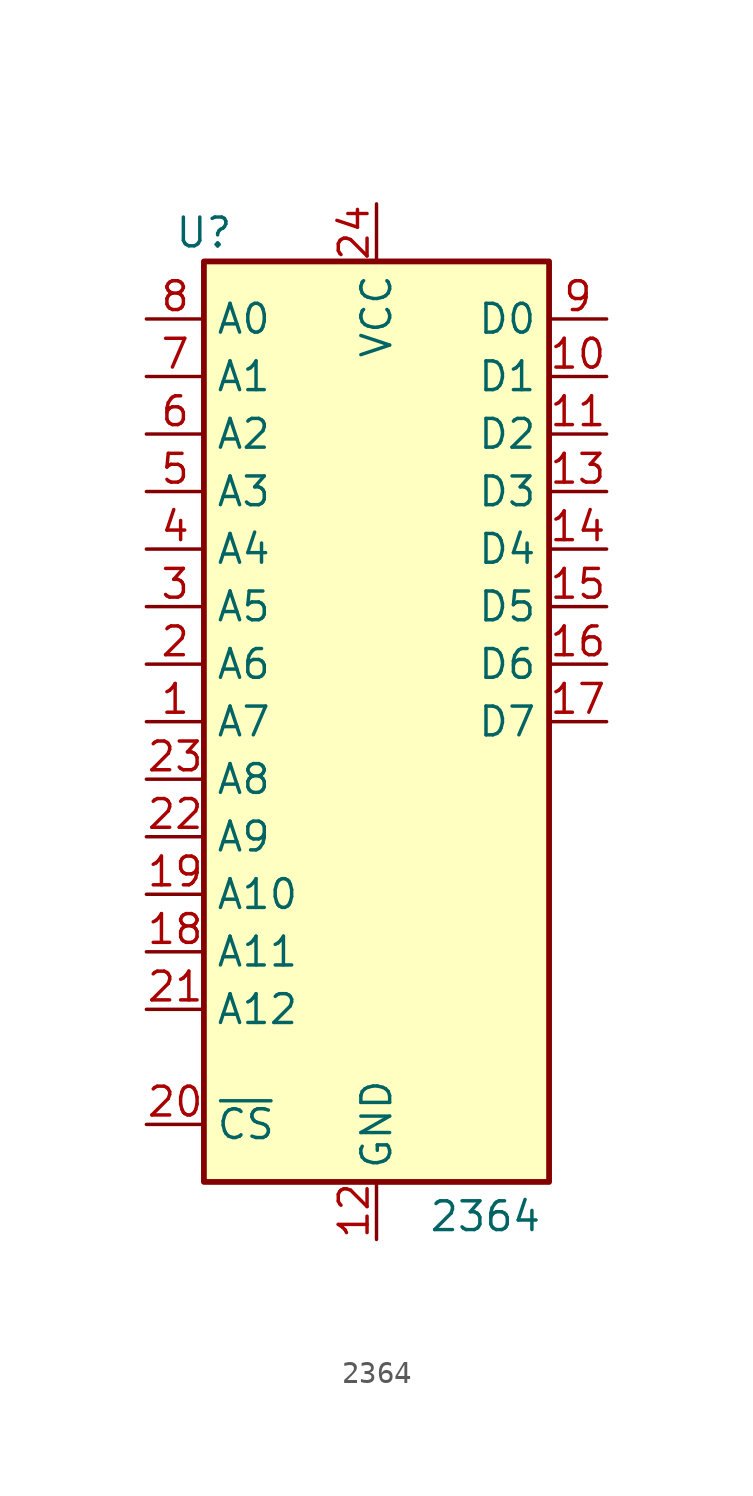
<source format=kicad_sym>
(kicad_symbol_lib
  (version 20231120)
  (generator "kicad_symbol_editor")
  (generator_version "8.0")
  (symbol "2364"
    (property "Reference" "U"
      (at -7.62 21.59 0)
      (effects (font (size 1.27 1.27))))
    (property "Value" "2364"
      (at 2.286 -21.844 0)
      (effects (font (size 1.27 1.27)) (justify left)))
    (symbol "2364_1_1"
      (rectangle (start -7.62 20.32) (end 7.62 -20.32) (stroke (width 0.254) (type default)) (fill (type background)))
      (pin input line (at -10.16 0 0) (length 2.54) (name "A7" (effects (font (size 1.27 1.27)))) (number "1" (effects (font (size 1.27 1.27)))))
      (pin tri_state line (at 10.16 15.24 180) (length 2.54) (name "D1" (effects (font (size 1.27 1.27)))) (number "10" (effects (font (size 1.27 1.27)))))
      (pin tri_state line (at 10.16 12.7 180) (length 2.54) (name "D2" (effects (font (size 1.27 1.27)))) (number "11" (effects (font (size 1.27 1.27)))))
      (pin power_in line (at 0 -22.86 90) (length 2.54) (name "GND" (effects (font (size 1.27 1.27)))) (number "12" (effects (font (size 1.27 1.27)))))
      (pin tri_state line (at 10.16 10.16 180) (length 2.54) (name "D3" (effects (font (size 1.27 1.27)))) (number "13" (effects (font (size 1.27 1.27)))))
      (pin tri_state line (at 10.16 7.62 180) (length 2.54) (name "D4" (effects (font (size 1.27 1.27)))) (number "14" (effects (font (size 1.27 1.27)))))
      (pin tri_state line (at 10.16 5.08 180) (length 2.54) (name "D5" (effects (font (size 1.27 1.27)))) (number "15" (effects (font (size 1.27 1.27)))))
      (pin tri_state line (at 10.16 2.54 180) (length 2.54) (name "D6" (effects (font (size 1.27 1.27)))) (number "16" (effects (font (size 1.27 1.27)))))
      (pin tri_state line (at 10.16 0 180) (length 2.54) (name "D7" (effects (font (size 1.27 1.27)))) (number "17" (effects (font (size 1.27 1.27)))))
      (pin input line (at -10.16 -10.16 0) (length 2.54) (name "A11" (effects (font (size 1.27 1.27)))) (number "18" (effects (font (size 1.27 1.27)))))
      (pin input line (at -10.16 -7.62 0) (length 2.54) (name "A10" (effects (font (size 1.27 1.27)))) (number "19" (effects (font (size 1.27 1.27)))))
      (pin input line (at -10.16 2.54 0) (length 2.54) (name "A6" (effects (font (size 1.27 1.27)))) (number "2" (effects (font (size 1.27 1.27)))))
      (pin input line (at -10.16 -17.78 0) (length 2.54) (name "~{CS}" (effects (font (size 1.27 1.27)))) (number "20" (effects (font (size 1.27 1.27)))))
      (pin input line (at -10.16 -12.7 0) (length 2.54) (name "A12" (effects (font (size 1.27 1.27)))) (number "21" (effects (font (size 1.27 1.27)))))
      (pin input line (at -10.16 -5.08 0) (length 2.54) (name "A9" (effects (font (size 1.27 1.27)))) (number "22" (effects (font (size 1.27 1.27)))))
      (pin input line (at -10.16 -2.54 0) (length 2.54) (name "A8" (effects (font (size 1.27 1.27)))) (number "23" (effects (font (size 1.27 1.27)))))
      (pin power_in line (at 0 22.86 270) (length 2.54) (name "VCC" (effects (font (size 1.27 1.27)))) (number "24" (effects (font (size 1.27 1.27)))))
      (pin input line (at -10.16 5.08 0) (length 2.54) (name "A5" (effects (font (size 1.27 1.27)))) (number "3" (effects (font (size 1.27 1.27)))))
      (pin input line (at -10.16 7.62 0) (length 2.54) (name "A4" (effects (font (size 1.27 1.27)))) (number "4" (effects (font (size 1.27 1.27)))))
      (pin input line (at -10.16 10.16 0) (length 2.54) (name "A3" (effects (font (size 1.27 1.27)))) (number "5" (effects (font (size 1.27 1.27)))))
      (pin input line (at -10.16 12.7 0) (length 2.54) (name "A2" (effects (font (size 1.27 1.27)))) (number "6" (effects (font (size 1.27 1.27)))))
      (pin input line (at -10.16 15.24 0) (length 2.54) (name "A1" (effects (font (size 1.27 1.27)))) (number "7" (effects (font (size 1.27 1.27)))))
      (pin input line (at -10.16 17.78 0) (length 2.54) (name "A0" (effects (font (size 1.27 1.27)))) (number "8" (effects (font (size 1.27 1.27)))))
      (pin tri_state line (at 10.16 17.78 180) (length 2.54) (name "D0" (effects (font (size 1.27 1.27)))) (number "9" (effects (font (size 1.27 1.27))))))))
</source>
